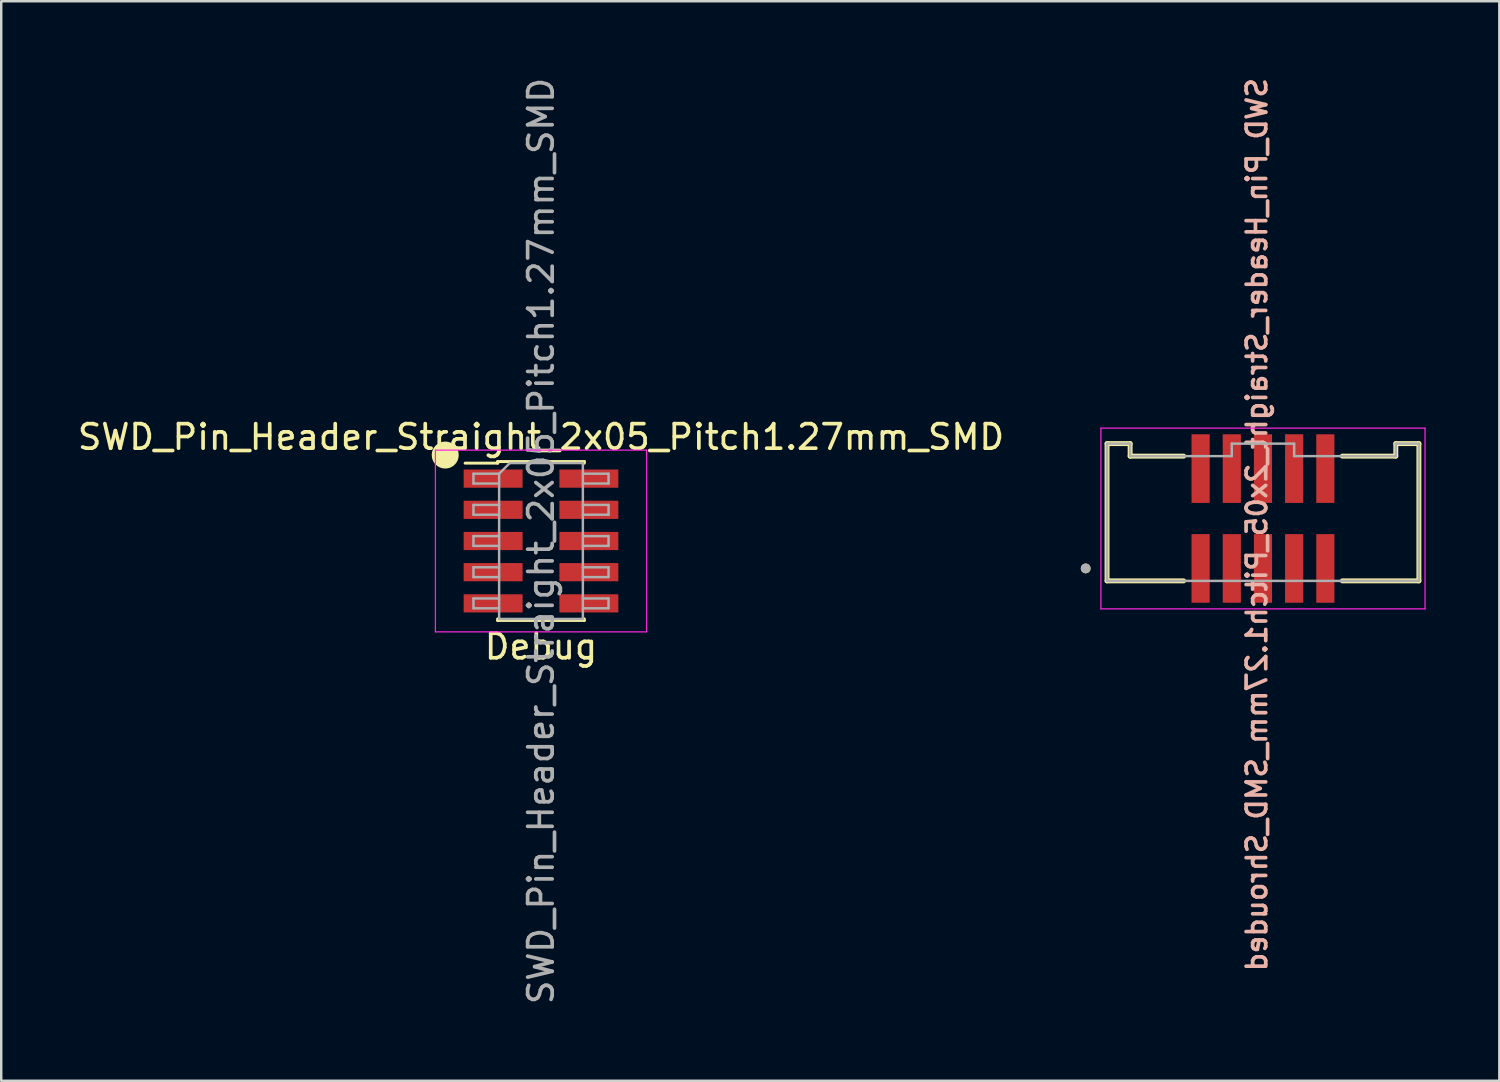
<source format=kicad_pcb>
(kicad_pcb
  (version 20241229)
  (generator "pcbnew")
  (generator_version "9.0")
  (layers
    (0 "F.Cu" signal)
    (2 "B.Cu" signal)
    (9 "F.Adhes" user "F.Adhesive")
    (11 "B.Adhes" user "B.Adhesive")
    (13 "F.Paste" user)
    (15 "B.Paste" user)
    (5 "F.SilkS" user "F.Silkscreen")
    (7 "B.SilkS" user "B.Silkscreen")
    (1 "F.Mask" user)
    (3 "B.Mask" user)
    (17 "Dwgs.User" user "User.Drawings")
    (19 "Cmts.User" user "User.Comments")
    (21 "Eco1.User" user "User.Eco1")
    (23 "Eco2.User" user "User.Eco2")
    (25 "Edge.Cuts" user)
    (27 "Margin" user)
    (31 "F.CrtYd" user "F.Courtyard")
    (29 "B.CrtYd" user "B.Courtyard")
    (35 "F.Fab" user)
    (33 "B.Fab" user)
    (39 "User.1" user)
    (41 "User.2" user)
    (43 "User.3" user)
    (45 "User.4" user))
  (footprint "SWD_Pin_Header_Straight_2x05_Pitch1.27mm_SMD_Shrouded"
    (layer "F.Cu")
    (at 48.384 18.066)
    (property "Reference" "SWD_Pin_Header_Straight_2x05_Pitch1.27mm_SMD_Shrouded" (at -0.25 0.25 90) (unlocked yes) (layer "B.SilkS") (effects (font (size 0.8 0.8) (thickness 0.15)) (justify mirror)))
    (attr smd)
    (fp_line (start -6.35 -3.05) (end -5.41 -3.05) (stroke (width 0.2) (type solid)) (layer "F.SilkS"))
    (fp_line (start -6.35 2.54) (end -6.35 -3.05) (stroke (width 0.2) (type solid)) (layer "F.SilkS"))
    (fp_line (start -5.41 -3.05) (end -5.41 -2.54) (stroke (width 0.2) (type solid)) (layer "F.SilkS"))
    (fp_line (start -5.41 -2.54) (end -3.23 -2.54) (stroke (width 0.2) (type solid)) (layer "F.SilkS"))
    (fp_line (start -3.23 2.54) (end -6.35 2.54) (stroke (width 0.2) (type solid)) (layer "F.SilkS"))
    (fp_line (start 3.23 -2.54) (end 5.41 -2.54) (stroke (width 0.2) (type solid)) (layer "F.SilkS"))
    (fp_line (start 5.41 -3.05) (end 6.35 -3.05) (stroke (width 0.2) (type solid)) (layer "F.SilkS"))
    (fp_line (start 5.41 -2.54) (end 5.41 -3.05) (stroke (width 0.2) (type solid)) (layer "F.SilkS"))
    (fp_line (start 6.35 -3.05) (end 6.35 2.54) (stroke (width 0.2) (type solid)) (layer "F.SilkS"))
    (fp_line (start 6.35 2.54) (end 3.23 2.54) (stroke (width 0.2) (type solid)) (layer "F.SilkS"))
    (fp_circle (center -7.22 2.033) (end -7.12 2.033) (stroke (width 0.2) (type solid)) (fill no) (layer "F.SilkS"))
    (fp_line (start -6.6 -3.68) (end -6.6 3.68) (stroke (width 0.05) (type solid)) (layer "F.CrtYd"))
    (fp_line (start -6.6 3.68) (end 6.6 3.68) (stroke (width 0.05) (type solid)) (layer "F.CrtYd"))
    (fp_line (start 6.6 -3.68) (end -6.6 -3.68) (stroke (width 0.05) (type solid)) (layer "F.CrtYd"))
    (fp_line (start 6.6 3.68) (end 6.6 -3.68) (stroke (width 0.05) (type solid)) (layer "F.CrtYd"))
    (fp_line (start -6.35 -3.05) (end -5.41 -3.05) (stroke (width 0.1) (type solid)) (layer "F.Fab"))
    (fp_line (start -6.35 2.54) (end -6.35 -3.05) (stroke (width 0.1) (type solid)) (layer "F.Fab"))
    (fp_line (start -5.41 -3.05) (end -5.41 -2.54) (stroke (width 0.1) (type solid)) (layer "F.Fab"))
    (fp_line (start -5.41 -2.54) (end -1.27 -2.54) (stroke (width 0.1) (type solid)) (layer "F.Fab"))
    (fp_line (start -1.27 -3.05) (end 1.27 -3.05) (stroke (width 0.1) (type solid)) (layer "F.Fab"))
    (fp_line (start -1.27 -2.54) (end -1.27 -3.05) (stroke (width 0.1) (type solid)) (layer "F.Fab"))
    (fp_line (start 1.27 -3.05) (end 1.27 -2.54) (stroke (width 0.1) (type solid)) (layer "F.Fab"))
    (fp_line (start 1.27 -2.54) (end 5.41 -2.54) (stroke (width 0.1) (type solid)) (layer "F.Fab"))
    (fp_line (start 5.41 -3.05) (end 6.35 -3.05) (stroke (width 0.1) (type solid)) (layer "F.Fab"))
    (fp_line (start 5.41 -2.54) (end 5.41 -3.05) (stroke (width 0.1) (type solid)) (layer "F.Fab"))
    (fp_line (start 6.35 -3.05) (end 6.35 2.54) (stroke (width 0.1) (type solid)) (layer "F.Fab"))
    (fp_line (start 6.35 2.54) (end -6.35 2.54) (stroke (width 0.1) (type solid)) (layer "F.Fab"))
    (fp_circle (center -7.22 2.033) (end -7.12 2.033) (stroke (width 0.2) (type solid)) (fill no) (layer "F.Fab"))
    (pad "1" smd rect (at -2.54 2.033) (size 0.74 2.795) (layers "F.Cu" "F.Mask" "F.Paste"))
    (pad "2" smd rect (at -2.54 -2.033) (size 0.74 2.795) (layers "F.Cu" "F.Mask" "F.Paste"))
    (pad "3" smd rect (at -1.27 2.033) (size 0.74 2.795) (layers "F.Cu" "F.Mask" "F.Paste"))
    (pad "4" smd rect (at -1.27 -2.033) (size 0.74 2.795) (layers "F.Cu" "F.Mask" "F.Paste"))
    (pad "5" smd rect (at 0 2.033) (size 0.74 2.795) (layers "F.Cu" "F.Mask" "F.Paste"))
    (pad "6" smd rect (at 0 -2.033) (size 0.74 2.795) (layers "F.Cu" "F.Mask" "F.Paste"))
    (pad "7" smd rect (at 1.27 2.033) (size 0.74 2.795) (layers "F.Cu" "F.Mask" "F.Paste"))
    (pad "8" smd rect (at 1.27 -2.033) (size 0.74 2.795) (layers "F.Cu" "F.Mask" "F.Paste"))
    (pad "9" smd rect (at 2.54 2.033) (size 0.74 2.795) (layers "F.Cu" "F.Mask" "F.Paste"))
    (pad "10" smd rect (at 2.54 -2.033) (size 0.74 2.795) (layers "F.Cu" "F.Mask" "F.Paste")))
  (footprint "SWD_Pin_Header_Straight_2x05_Pitch1.27mm_SMD"
    (layer "F.Cu")
    (at 18.982 18.982)
    (property "Reference" "SWD_Pin_Header_Straight_2x05_Pitch1.27mm_SMD" (at 0 -4.235 0) (layer "F.SilkS") (effects (font (size 1 1) (thickness 0.15))))
    (attr smd)
    (fp_line (start -3.09 -3.17) (end -1.765 -3.17) (stroke (width 0.12) (type solid)) (layer "F.SilkS"))
    (fp_line (start -1.765 -3.235) (end -1.765 -3.17) (stroke (width 0.12) (type solid)) (layer "F.SilkS"))
    (fp_line (start -1.765 -3.235) (end 1.765 -3.235) (stroke (width 0.12) (type solid)) (layer "F.SilkS"))
    (fp_line (start -1.765 3.17) (end -1.765 3.235) (stroke (width 0.12) (type solid)) (layer "F.SilkS"))
    (fp_line (start -1.765 3.235) (end 1.765 3.235) (stroke (width 0.12) (type solid)) (layer "F.SilkS"))
    (fp_line (start 1.765 -3.235) (end 1.765 -3.17) (stroke (width 0.12) (type solid)) (layer "F.SilkS"))
    (fp_line (start 1.765 3.17) (end 1.765 3.235) (stroke (width 0.12) (type solid)) (layer "F.SilkS"))
    (fp_circle (center -3.9 -3.5) (end -3.4 -3.5) (stroke (width 0.1) (type solid)) (fill yes) (layer "F.SilkS"))
    (fp_line (start -4.3 -3.7) (end -4.3 3.7) (stroke (width 0.05) (type solid)) (layer "F.CrtYd"))
    (fp_line (start -4.3 3.7) (end 4.3 3.7) (stroke (width 0.05) (type solid)) (layer "F.CrtYd"))
    (fp_line (start 4.3 -3.7) (end -4.3 -3.7) (stroke (width 0.05) (type solid)) (layer "F.CrtYd"))
    (fp_line (start 4.3 3.7) (end 4.3 -3.7) (stroke (width 0.05) (type solid)) (layer "F.CrtYd"))
    (fp_line (start -2.75 -2.74) (end -2.75 -2.34) (stroke (width 0.1) (type solid)) (layer "F.Fab"))
    (fp_line (start -2.75 -2.34) (end -1.705 -2.34) (stroke (width 0.1) (type solid)) (layer "F.Fab"))
    (fp_line (start -2.75 -1.47) (end -2.75 -1.07) (stroke (width 0.1) (type solid)) (layer "F.Fab"))
    (fp_line (start -2.75 -1.07) (end -1.705 -1.07) (stroke (width 0.1) (type solid)) (layer "F.Fab"))
    (fp_line (start -2.75 -0.2) (end -2.75 0.2) (stroke (width 0.1) (type solid)) (layer "F.Fab"))
    (fp_line (start -2.75 0.2) (end -1.705 0.2) (stroke (width 0.1) (type solid)) (layer "F.Fab"))
    (fp_line (start -2.75 1.07) (end -2.75 1.47) (stroke (width 0.1) (type solid)) (layer "F.Fab"))
    (fp_line (start -2.75 1.47) (end -1.705 1.47) (stroke (width 0.1) (type solid)) (layer "F.Fab"))
    (fp_line (start -2.75 2.34) (end -2.75 2.74) (stroke (width 0.1) (type solid)) (layer "F.Fab"))
    (fp_line (start -2.75 2.74) (end -1.705 2.74) (stroke (width 0.1) (type solid)) (layer "F.Fab"))
    (fp_line (start -1.705 -2.74) (end -2.75 -2.74) (stroke (width 0.1) (type solid)) (layer "F.Fab"))
    (fp_line (start -1.705 -2.74) (end -1.27 -3.175) (stroke (width 0.1) (type solid)) (layer "F.Fab"))
    (fp_line (start -1.705 -1.47) (end -2.75 -1.47) (stroke (width 0.1) (type solid)) (layer "F.Fab"))
    (fp_line (start -1.705 -0.2) (end -2.75 -0.2) (stroke (width 0.1) (type solid)) (layer "F.Fab"))
    (fp_line (start -1.705 1.07) (end -2.75 1.07) (stroke (width 0.1) (type solid)) (layer "F.Fab"))
    (fp_line (start -1.705 2.34) (end -2.75 2.34) (stroke (width 0.1) (type solid)) (layer "F.Fab"))
    (fp_line (start -1.705 3.175) (end -1.705 -2.74) (stroke (width 0.1) (type solid)) (layer "F.Fab"))
    (fp_line (start -1.27 -3.175) (end 1.705 -3.175) (stroke (width 0.1) (type solid)) (layer "F.Fab"))
    (fp_line (start 1.705 -3.175) (end 1.705 3.175) (stroke (width 0.1) (type solid)) (layer "F.Fab"))
    (fp_line (start 1.705 -2.74) (end 2.75 -2.74) (stroke (width 0.1) (type solid)) (layer "F.Fab"))
    (fp_line (start 1.705 -1.47) (end 2.75 -1.47) (stroke (width 0.1) (type solid)) (layer "F.Fab"))
    (fp_line (start 1.705 -0.2) (end 2.75 -0.2) (stroke (width 0.1) (type solid)) (layer "F.Fab"))
    (fp_line (start 1.705 1.07) (end 2.75 1.07) (stroke (width 0.1) (type solid)) (layer "F.Fab"))
    (fp_line (start 1.705 2.34) (end 2.75 2.34) (stroke (width 0.1) (type solid)) (layer "F.Fab"))
    (fp_line (start 1.705 3.175) (end -1.705 3.175) (stroke (width 0.1) (type solid)) (layer "F.Fab"))
    (fp_line (start 2.75 -2.74) (end 2.75 -2.34) (stroke (width 0.1) (type solid)) (layer "F.Fab"))
    (fp_line (start 2.75 -2.34) (end 1.705 -2.34) (stroke (width 0.1) (type solid)) (layer "F.Fab"))
    (fp_line (start 2.75 -1.47) (end 2.75 -1.07) (stroke (width 0.1) (type solid)) (layer "F.Fab"))
    (fp_line (start 2.75 -1.07) (end 1.705 -1.07) (stroke (width 0.1) (type solid)) (layer "F.Fab"))
    (fp_line (start 2.75 -0.2) (end 2.75 0.2) (stroke (width 0.1) (type solid)) (layer "F.Fab"))
    (fp_line (start 2.75 0.2) (end 1.705 0.2) (stroke (width 0.1) (type solid)) (layer "F.Fab"))
    (fp_line (start 2.75 1.07) (end 2.75 1.47) (stroke (width 0.1) (type solid)) (layer "F.Fab"))
    (fp_line (start 2.75 1.47) (end 1.705 1.47) (stroke (width 0.1) (type solid)) (layer "F.Fab"))
    (fp_line (start 2.75 2.34) (end 2.75 2.74) (stroke (width 0.1) (type solid)) (layer "F.Fab"))
    (fp_line (start 2.75 2.74) (end 1.705 2.74) (stroke (width 0.1) (type solid)) (layer "F.Fab"))
    (fp_text user "Debug" (at 0 4.3 0) (unlocked yes) (layer "F.SilkS") (effects (font (size 1 1) (thickness 0.15))))
    (fp_text user "${REFERENCE}" (at 0 0 90) (layer "F.Fab") (effects (font (size 1 1) (thickness 0.15))))
    (pad "1" smd rect (at -1.95 -2.54) (size 2.4 0.74) (layers "F.Cu" "F.Mask" "F.Paste"))
    (pad "2" smd rect (at 1.95 -2.54) (size 2.4 0.74) (layers "F.Cu" "F.Mask" "F.Paste"))
    (pad "3" smd rect (at -1.95 -1.27) (size 2.4 0.74) (layers "F.Cu" "F.Mask" "F.Paste"))
    (pad "4" smd rect (at 1.95 -1.27) (size 2.4 0.74) (layers "F.Cu" "F.Mask" "F.Paste"))
    (pad "5" smd rect (at -1.95 0) (size 2.4 0.74) (layers "F.Cu" "F.Mask" "F.Paste"))
    (pad "6" smd rect (at 1.95 0) (size 2.4 0.74) (layers "F.Cu" "F.Mask" "F.Paste"))
    (pad "7" smd rect (at -1.95 1.27) (size 2.4 0.74) (layers "F.Cu" "F.Mask" "F.Paste"))
    (pad "8" smd rect (at 1.95 1.27) (size 2.4 0.74) (layers "F.Cu" "F.Mask" "F.Paste"))
    (pad "9" smd rect (at -1.95 2.54) (size 2.4 0.74) (layers "F.Cu" "F.Mask" "F.Paste"))
    (pad "10" smd rect (at 1.95 2.54) (size 2.4 0.74) (layers "F.Cu" "F.Mask" "F.Paste")))
  (gr_rect
    (start -3 -3)
    (end 58.009 40.964)
    (stroke (width 0.1) (type default))
    (fill no)
    (layer "Edge.Cuts")))
</source>
